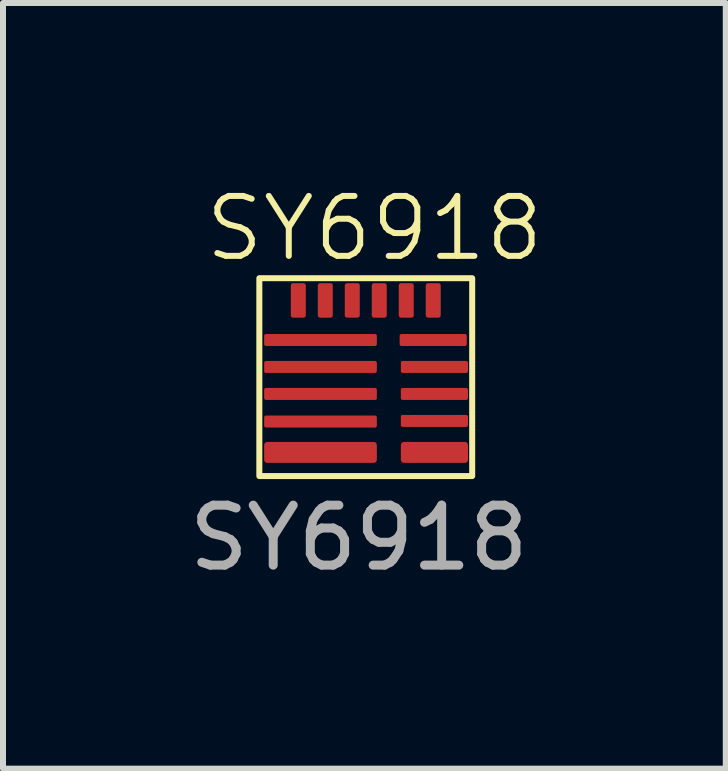
<source format=kicad_pcb>
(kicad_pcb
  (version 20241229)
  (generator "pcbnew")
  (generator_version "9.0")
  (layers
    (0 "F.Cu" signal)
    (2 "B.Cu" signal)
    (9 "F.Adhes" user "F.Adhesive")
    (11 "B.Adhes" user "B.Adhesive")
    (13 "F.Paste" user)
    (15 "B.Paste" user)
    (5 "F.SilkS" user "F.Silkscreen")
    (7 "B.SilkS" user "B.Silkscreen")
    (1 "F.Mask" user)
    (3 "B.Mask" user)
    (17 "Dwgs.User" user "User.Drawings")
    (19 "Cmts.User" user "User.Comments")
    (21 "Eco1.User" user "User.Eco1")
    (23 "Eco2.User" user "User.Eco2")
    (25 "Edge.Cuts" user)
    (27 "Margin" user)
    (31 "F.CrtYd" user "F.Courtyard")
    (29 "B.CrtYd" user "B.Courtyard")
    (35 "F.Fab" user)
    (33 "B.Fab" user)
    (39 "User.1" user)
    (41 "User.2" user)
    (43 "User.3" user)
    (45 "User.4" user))
  (footprint "SY6918"
    (layer "F.Cu")
    (at 1.395 1.73)
    (property "Reference" "SY6918" (at 1.8 -0.97 0) (unlocked yes) (layer "F.SilkS") (effects (font (size 1 1) (thickness 0.1))))
    (fp_rect (start -0.12 -0.14) (end 3.43 3.16) (stroke (width 0.1) (type default)) (fill no) (layer "F.SilkS"))
    (fp_text user "${REFERENCE}" (at 1.54 4.19 0) (unlocked yes) (layer "F.Fab") (effects (font (size 1 1) (thickness 0.15))))
    (pad "1" smd roundrect (at 0.53 0.23) (size 0.25 0.575) (layers "F.Cu" "F.Mask" "F.Paste") (roundrect_rratio 0.15))
    (pad "2" smd roundrect (at 0.98 0.23) (size 0.25 0.575) (layers "F.Cu" "F.Mask" "F.Paste") (roundrect_rratio 0.15))
    (pad "3" smd roundrect (at 1.43 0.23) (size 0.25 0.575) (layers "F.Cu" "F.Mask" "F.Paste") (roundrect_rratio 0.15))
    (pad "4" smd roundrect (at 1.88 0.23) (size 0.25 0.575) (layers "F.Cu" "F.Mask" "F.Paste") (roundrect_rratio 0.15))
    (pad "5" smd roundrect (at 2.33 0.23) (size 0.25 0.575) (layers "F.Cu" "F.Mask" "F.Paste") (roundrect_rratio 0.15))
    (pad "6" smd roundrect (at 2.78 0.23) (size 0.25 0.575) (layers "F.Cu" "F.Mask" "F.Paste") (roundrect_rratio 0.15))
    (pad "7" smd roundrect (at 2.78 0.89) (size 1.12 0.2) (layers "F.Cu" "F.Mask" "F.Paste") (roundrect_rratio 0.15))
    (pad "8" smd roundrect (at 2.8 1.34) (size 1.12 0.2) (layers "F.Cu" "F.Mask" "F.Paste") (roundrect_rratio 0.15))
    (pad "9" smd roundrect (at 2.8 1.79) (size 1.12 0.2) (layers "F.Cu" "F.Mask" "F.Paste") (roundrect_rratio 0.15))
    (pad "10" smd roundrect (at 2.8 2.24) (size 1.12 0.2) (layers "F.Cu" "F.Mask" "F.Paste") (roundrect_rratio 0.15))
    (pad "11" smd roundrect (at 2.8 2.765) (size 1.12 0.35) (layers "F.Cu" "F.Mask" "F.Paste") (roundrect_rratio 0.15))
    (pad "12" smd roundrect (at 0.9 2.765) (size 1.88 0.35) (layers "F.Cu" "F.Mask" "F.Paste") (roundrect_rratio 0.15))
    (pad "13" smd roundrect (at 0.9 2.25) (size 1.88 0.2) (layers "F.Cu" "F.Mask" "F.Paste") (roundrect_rratio 0.15))
    (pad "14" smd roundrect (at 0.9 1.79) (size 1.88 0.2) (layers "F.Cu" "F.Mask" "F.Paste") (roundrect_rratio 0.15))
    (pad "15" smd roundrect (at 0.9 1.34) (size 1.88 0.2) (layers "F.Cu" "F.Mask" "F.Paste") (roundrect_rratio 0.15))
    (pad "16" smd roundrect (at 0.9 0.89) (size 1.88 0.2) (layers "F.Cu" "F.Mask" "F.Paste") (roundrect_rratio 0.15)))
  (gr_rect
    (start -3 -3)
    (end 9.054 9.769)
    (stroke (width 0.1) (type default))
    (fill no)
    (layer "Edge.Cuts")))
</source>
